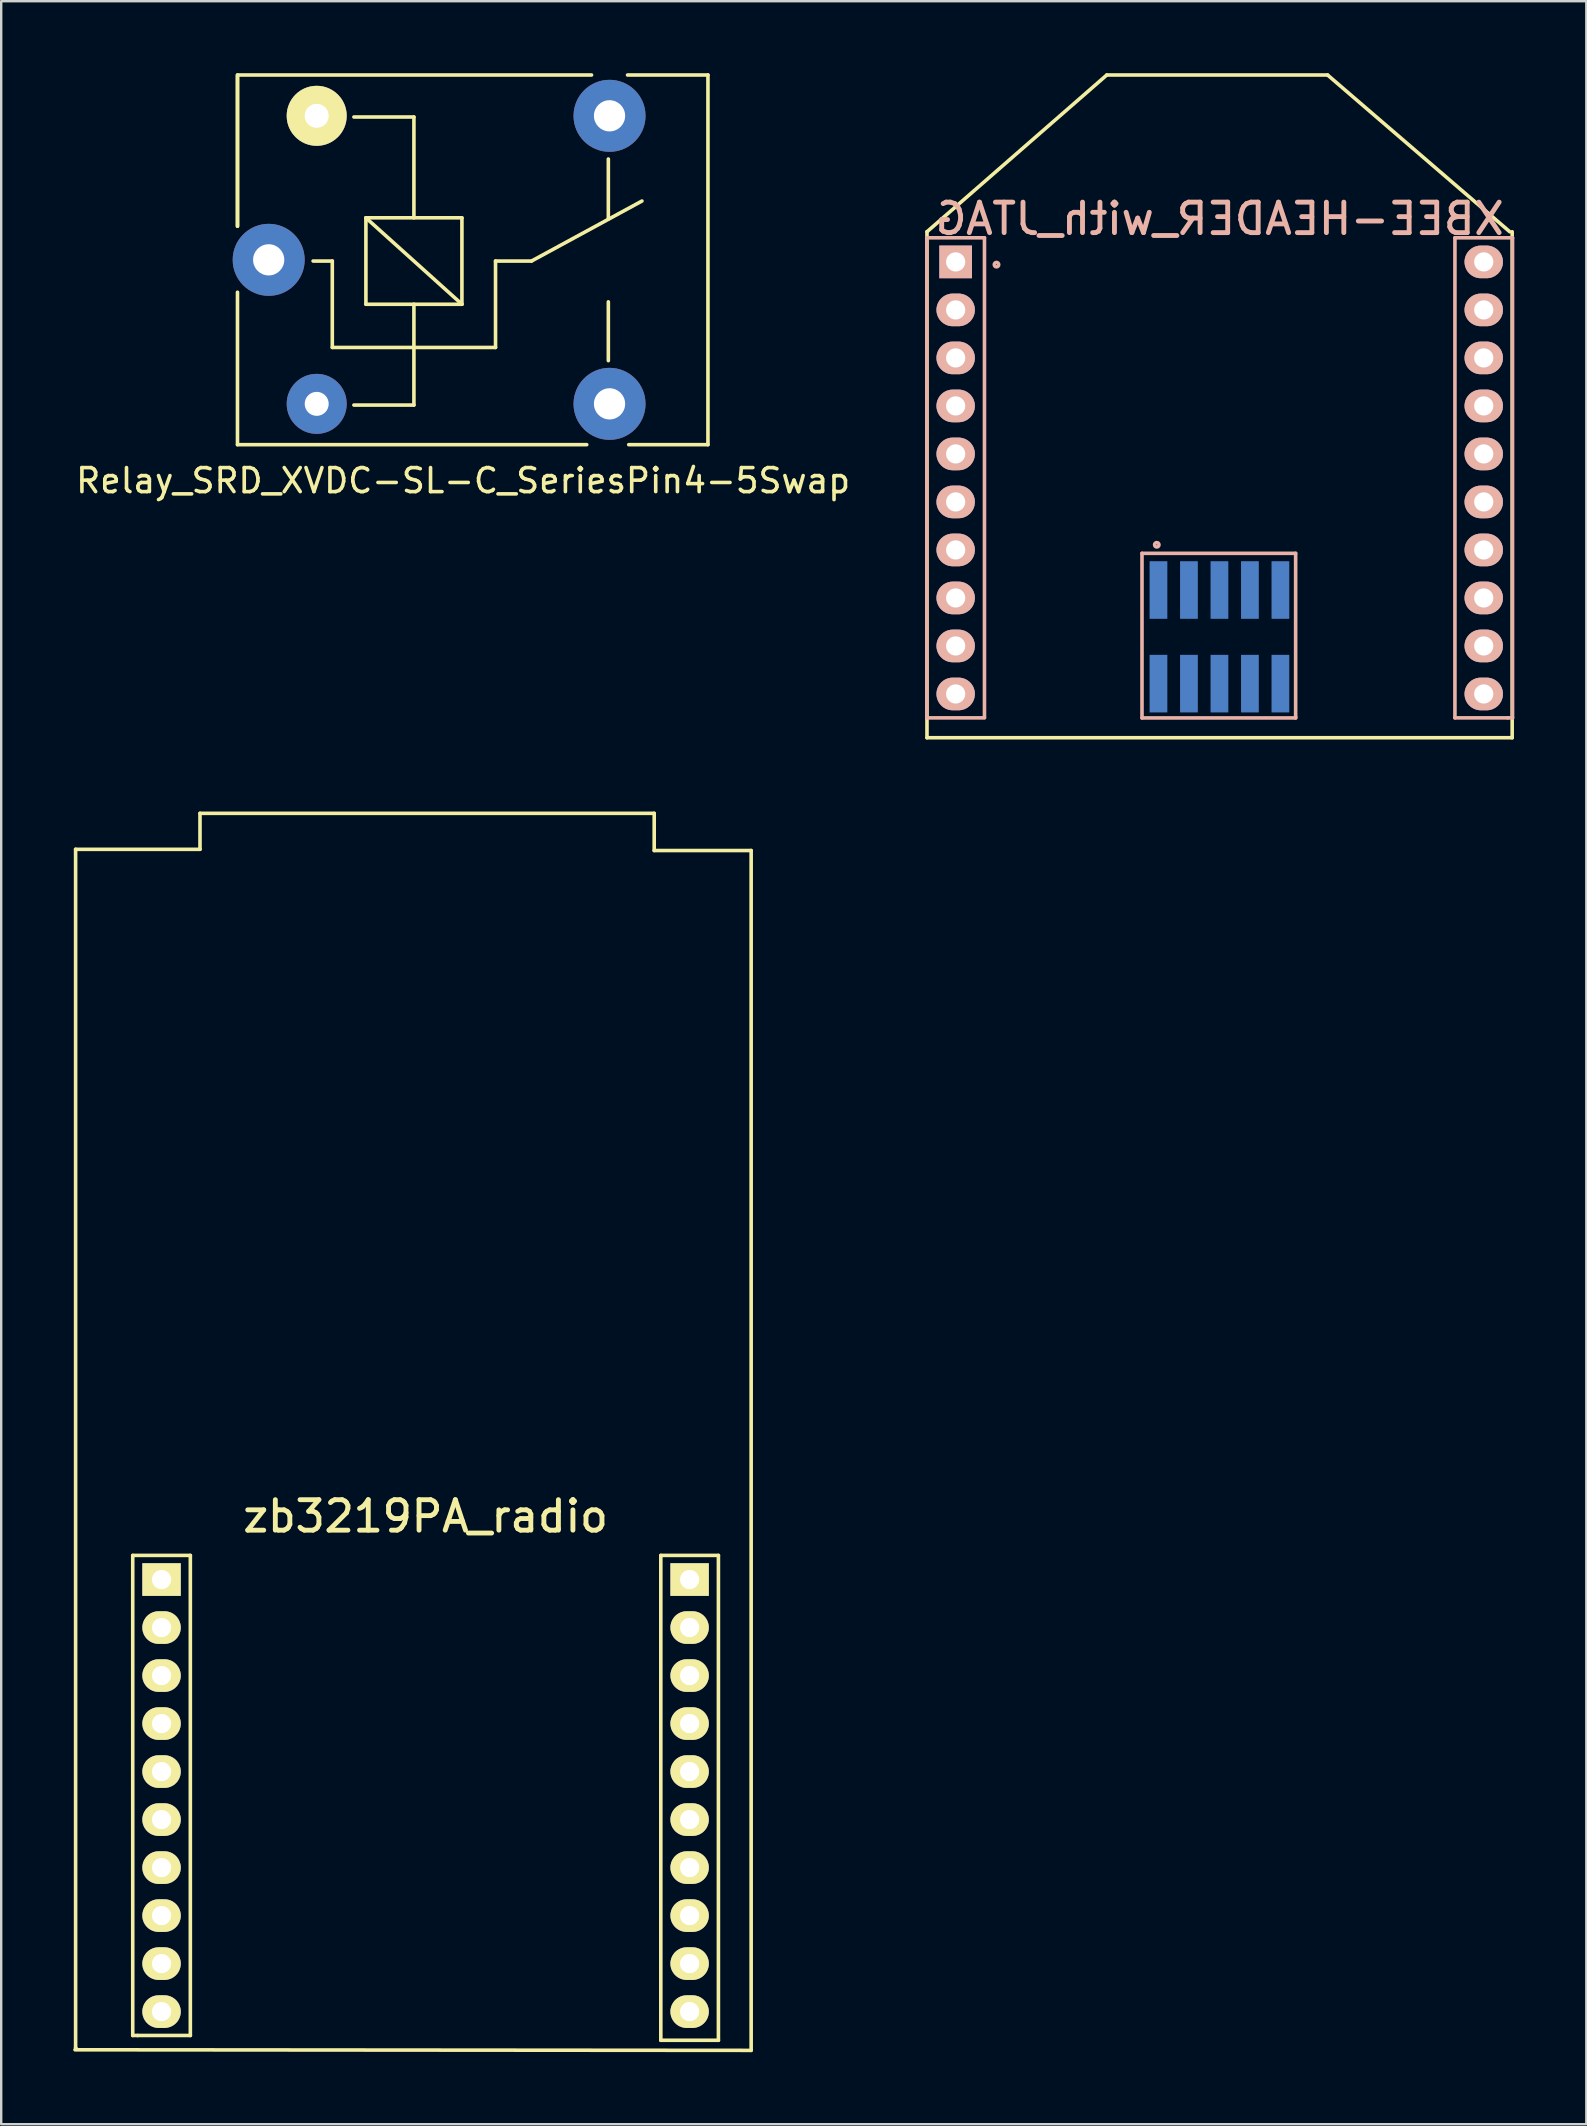
<source format=kicad_pcb>
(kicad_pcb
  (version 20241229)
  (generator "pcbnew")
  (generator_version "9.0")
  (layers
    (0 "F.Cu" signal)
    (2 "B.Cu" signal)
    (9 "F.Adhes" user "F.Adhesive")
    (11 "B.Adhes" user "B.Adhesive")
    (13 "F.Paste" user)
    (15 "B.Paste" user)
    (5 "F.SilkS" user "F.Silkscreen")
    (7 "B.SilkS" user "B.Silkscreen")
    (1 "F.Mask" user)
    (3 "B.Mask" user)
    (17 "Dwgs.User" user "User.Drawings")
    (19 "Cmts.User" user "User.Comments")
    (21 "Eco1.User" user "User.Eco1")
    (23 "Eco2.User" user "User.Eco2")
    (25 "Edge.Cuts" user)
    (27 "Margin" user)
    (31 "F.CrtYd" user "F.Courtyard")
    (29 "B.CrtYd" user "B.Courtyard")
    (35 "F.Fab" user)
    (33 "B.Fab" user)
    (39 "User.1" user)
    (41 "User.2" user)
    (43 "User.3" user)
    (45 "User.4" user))
  (footprint "zb3219PA_radio"
    (layer "F.Cu")
    (at 14.68 71.551)
    (property "Reference" "zb3219PA_radio" (at 0 -11.43 0) (layer "F.SilkS") (effects (font (size 1.27 1.27) (thickness 0.203))))
    (attr through_hole)
    (fp_line (start -14.605 10.795) (end 13.564 10.82) (stroke (width 0.15) (type solid)) (layer "F.SilkS"))
    (fp_line (start -14.58 -39.218) (end -14.58 10.719) (stroke (width 0.15) (type solid)) (layer "F.SilkS"))
    (fp_line (start -14.58 10.719) (end -14.529 10.77) (stroke (width 0.15) (type solid)) (layer "F.SilkS"))
    (fp_line (start -12.2 -9.8) (end -9.8 -9.8) (stroke (width 0.15) (type solid)) (layer "F.SilkS"))
    (fp_line (start -12.2 10.2) (end -12.2 -9.8) (stroke (width 0.15) (type solid)) (layer "F.SilkS"))
    (fp_line (start -12 10.2) (end -12.2 10.2) (stroke (width 0.15) (type solid)) (layer "F.SilkS"))
    (fp_line (start -9.8 -9.8) (end -9.8 10.2) (stroke (width 0.15) (type solid)) (layer "F.SilkS"))
    (fp_line (start -9.8 10.2) (end -12 10.2) (stroke (width 0.15) (type solid)) (layer "F.SilkS"))
    (fp_line (start -9.398 -40.716) (end -9.398 -39.218) (stroke (width 0.15) (type solid)) (layer "F.SilkS"))
    (fp_line (start -9.398 -39.218) (end -14.58 -39.218) (stroke (width 0.15) (type solid)) (layer "F.SilkS"))
    (fp_line (start 9.525 -40.716) (end -9.398 -40.716) (stroke (width 0.15) (type solid)) (layer "F.SilkS"))
    (fp_line (start 9.525 -39.167) (end 9.525 -40.716) (stroke (width 0.15) (type solid)) (layer "F.SilkS"))
    (fp_line (start 9.8 -9.8) (end 9.8 10.4) (stroke (width 0.15) (type solid)) (layer "F.SilkS"))
    (fp_line (start 9.8 -9.8) (end 12.2 -9.8) (stroke (width 0.15) (type solid)) (layer "F.SilkS"))
    (fp_line (start 12.2 10.4) (end 9.8 10.4) (stroke (width 0.15) (type solid)) (layer "F.SilkS"))
    (fp_line (start 12.2 10.4) (end 12.2 -9.8) (stroke (width 0.15) (type solid)) (layer "F.SilkS"))
    (fp_line (start 13.564 -39.167) (end 9.525 -39.167) (stroke (width 0.15) (type solid)) (layer "F.SilkS"))
    (fp_line (start 13.564 10.82) (end 13.564 -39.167) (stroke (width 0.15) (type solid)) (layer "F.SilkS"))
    (fp_line (start -10.881 -6.81) (end -11.12 -6.81) (stroke (width 0.1) (type solid)) (layer "Dwgs.User"))
    (fp_line (start -10.881 -4.808) (end -11.12 -4.808) (stroke (width 0.1) (type solid)) (layer "Dwgs.User"))
    (fp_line (start -10.881 -2.809) (end -11.12 -2.809) (stroke (width 0.1) (type solid)) (layer "Dwgs.User"))
    (fp_line (start -10.881 -0.808) (end -11.12 -0.808) (stroke (width 0.1) (type solid)) (layer "Dwgs.User"))
    (fp_line (start -10.881 1.191) (end -11.12 1.191) (stroke (width 0.1) (type solid)) (layer "Dwgs.User"))
    (fp_line (start -10.881 3.19) (end -11.12 3.19) (stroke (width 0.1) (type solid)) (layer "Dwgs.User"))
    (fp_line (start -10.881 5.192) (end -11.12 5.192) (stroke (width 0.1) (type solid)) (layer "Dwgs.User"))
    (fp_line (start -10.881 7.191) (end -11.12 7.191) (stroke (width 0.1) (type solid)) (layer "Dwgs.User"))
    (fp_line (start -10.881 9.192) (end -11.12 9.192) (stroke (width 0.1) (type solid)) (layer "Dwgs.User"))
    (fp_line (start 11.12 -6.81) (end 10.879 -6.81) (stroke (width 0.1) (type solid)) (layer "Dwgs.User"))
    (fp_line (start 11.12 -4.808) (end 10.879 -4.808) (stroke (width 0.1) (type solid)) (layer "Dwgs.User"))
    (fp_line (start 11.12 -2.809) (end 10.879 -2.809) (stroke (width 0.1) (type solid)) (layer "Dwgs.User"))
    (fp_line (start 11.12 -0.808) (end 10.879 -0.808) (stroke (width 0.1) (type solid)) (layer "Dwgs.User"))
    (fp_line (start 11.12 1.191) (end 10.879 1.191) (stroke (width 0.1) (type solid)) (layer "Dwgs.User"))
    (fp_line (start 11.12 3.19) (end 10.879 3.19) (stroke (width 0.1) (type solid)) (layer "Dwgs.User"))
    (fp_line (start 11.12 5.192) (end 10.879 5.192) (stroke (width 0.1) (type solid)) (layer "Dwgs.User"))
    (fp_line (start 11.12 7.191) (end 10.879 7.191) (stroke (width 0.1) (type solid)) (layer "Dwgs.User"))
    (fp_line (start 11.12 9.192) (end 10.879 9.192) (stroke (width 0.1) (type solid)) (layer "Dwgs.User"))
    (pad "1" thru_hole rect (at -11 -8.795 270) (size 1.36 1.6) (drill 0.8) (layers "*.Cu" "*.Mask" "F.SilkS"))
    (pad "2" thru_hole oval (at -11 -6.795 270) (size 1.36 1.6) (drill 0.8) (layers "*.Cu" "*.Mask" "F.SilkS"))
    (pad "3" thru_hole oval (at -11 -4.795 270) (size 1.36 1.6) (drill 0.8) (layers "*.Cu" "*.Mask" "F.SilkS"))
    (pad "4" thru_hole oval (at -11 -2.795 270) (size 1.36 1.6) (drill 0.8) (layers "*.Cu" "*.Mask" "F.SilkS"))
    (pad "5" thru_hole oval (at -11 -0.795 270) (size 1.36 1.6) (drill 0.8) (layers "*.Cu" "*.Mask" "F.SilkS"))
    (pad "6" thru_hole oval (at -11 1.205 270) (size 1.36 1.6) (drill 0.8) (layers "*.Cu" "*.Mask" "F.SilkS"))
    (pad "7" thru_hole oval (at -11 3.205 270) (size 1.36 1.6) (drill 0.8) (layers "*.Cu" "*.Mask" "F.SilkS"))
    (pad "8" thru_hole oval (at -11 5.205 270) (size 1.36 1.6) (drill 0.8) (layers "*.Cu" "*.Mask" "F.SilkS"))
    (pad "9" thru_hole oval (at -11 7.205 270) (size 1.36 1.6) (drill 0.8) (layers "*.Cu" "*.Mask" "F.SilkS"))
    (pad "10" thru_hole oval (at -11 9.205 270) (size 1.36 1.6) (drill 0.8) (layers "*.Cu" "*.Mask" "F.SilkS"))
    (pad "11" thru_hole oval (at 11 9.205 270) (size 1.36 1.6) (drill 0.8) (layers "*.Cu" "*.Mask" "F.SilkS"))
    (pad "12" thru_hole oval (at 11 7.205 270) (size 1.36 1.6) (drill 0.8) (layers "*.Cu" "*.Mask" "F.SilkS"))
    (pad "13" thru_hole oval (at 11 5.205 270) (size 1.36 1.6) (drill 0.8) (layers "*.Cu" "*.Mask" "F.SilkS"))
    (pad "14" thru_hole oval (at 11 3.205 270) (size 1.36 1.6) (drill 0.8) (layers "*.Cu" "*.Mask" "F.SilkS"))
    (pad "15" thru_hole oval (at 11 1.205 270) (size 1.36 1.6) (drill 0.8) (layers "*.Cu" "*.Mask" "F.SilkS"))
    (pad "16" thru_hole oval (at 11 -0.795 270) (size 1.36 1.6) (drill 0.8) (layers "*.Cu" "*.Mask" "F.SilkS"))
    (pad "17" thru_hole oval (at 11 -2.795 270) (size 1.36 1.6) (drill 0.8) (layers "*.Cu" "*.Mask" "F.SilkS"))
    (pad "18" thru_hole oval (at 11 -4.795 270) (size 1.36 1.6) (drill 0.8) (layers "*.Cu" "*.Mask" "F.SilkS"))
    (pad "19" thru_hole oval (at 11 -6.795 270) (size 1.36 1.6) (drill 0.8) (layers "*.Cu" "*.Mask" "F.SilkS"))
    (pad "20" thru_hole rect (at 11 -8.795 270) (size 1.36 1.6) (drill 0.8) (layers "*.Cu" "*.Mask" "F.SilkS")))
  (footprint "Relay_SRD_XVDC-SL-C_SeriesPin4-5Swap"
    (layer "F.Cu")
    (at 8.144 7.775)
    (property "Reference" "Relay_SRD_XVDC-SL-C_SeriesPin4-5Swap" (at 8.1 9.2 0) (layer "F.SilkS") (effects (font (size 1 1) (thickness 0.15))))
    (attr through_hole)
    (fp_line (start -1.3 -7.7) (end 13.45 -7.7) (stroke (width 0.15) (type solid)) (layer "F.SilkS"))
    (fp_line (start -1.3 -7.65) (end -1.3 -1.4) (stroke (width 0.15) (type solid)) (layer "F.SilkS"))
    (fp_line (start -1.3 -1.4) (end -1.3 -7.7) (stroke (width 0.15) (type solid)) (layer "F.SilkS"))
    (fp_line (start -1.3 1.35) (end -1.3 7.7) (stroke (width 0.15) (type solid)) (layer "F.SilkS"))
    (fp_line (start -1.3 7.7) (end 13.25 7.7) (stroke (width 0.15) (type solid)) (layer "F.SilkS"))
    (fp_line (start 2.65 0.05) (end 1.85 0.05) (stroke (width 0.15) (type solid)) (layer "F.SilkS"))
    (fp_line (start 2.65 0.05) (end 2.65 3.65) (stroke (width 0.15) (type solid)) (layer "F.SilkS"))
    (fp_line (start 3.55 6.05) (end 6.05 6.05) (stroke (width 0.15) (type solid)) (layer "F.SilkS"))
    (fp_line (start 4.05 -1.75) (end 8.05 -1.75) (stroke (width 0.15) (type solid)) (layer "F.SilkS"))
    (fp_line (start 4.05 1.85) (end 4.05 -1.75) (stroke (width 0.15) (type solid)) (layer "F.SilkS"))
    (fp_line (start 6.05 -5.95) (end 3.55 -5.95) (stroke (width 0.15) (type solid)) (layer "F.SilkS"))
    (fp_line (start 6.05 -5.95) (end 6.05 -1.75) (stroke (width 0.15) (type solid)) (layer "F.SilkS"))
    (fp_line (start 6.05 1.85) (end 6.05 6.05) (stroke (width 0.15) (type solid)) (layer "F.SilkS"))
    (fp_line (start 8.05 -1.75) (end 8.05 1.85) (stroke (width 0.15) (type solid)) (layer "F.SilkS"))
    (fp_line (start 8.05 1.85) (end 4.05 -1.75) (stroke (width 0.15) (type solid)) (layer "F.SilkS"))
    (fp_line (start 8.05 1.85) (end 4.05 1.85) (stroke (width 0.15) (type solid)) (layer "F.SilkS"))
    (fp_line (start 9.45 0.05) (end 9.45 3.65) (stroke (width 0.15) (type solid)) (layer "F.SilkS"))
    (fp_line (start 9.45 0.05) (end 10.95 0.05) (stroke (width 0.15) (type solid)) (layer "F.SilkS"))
    (fp_line (start 9.45 3.65) (end 2.65 3.65) (stroke (width 0.15) (type solid)) (layer "F.SilkS"))
    (fp_line (start 10.95 0.05) (end 15.55 -2.45) (stroke (width 0.15) (type solid)) (layer "F.SilkS"))
    (fp_line (start 14.15 -4.2) (end 14.15 -1.7) (stroke (width 0.15) (type solid)) (layer "F.SilkS"))
    (fp_line (start 14.15 4.2) (end 14.15 1.75) (stroke (width 0.15) (type solid)) (layer "F.SilkS"))
    (fp_line (start 15 7.7) (end 18.3 7.7) (stroke (width 0.15) (type solid)) (layer "F.SilkS"))
    (fp_line (start 18.3 -7.7) (end 14.95 -7.7) (stroke (width 0.15) (type solid)) (layer "F.SilkS"))
    (fp_line (start 18.3 7.7) (end 18.3 -7.7) (stroke (width 0.15) (type solid)) (layer "F.SilkS"))
    (pad "1" thru_hole circle (at 14.2 6 90) (size 3 3) (drill 1.3) (layers "*.Cu" "*.Mask"))
    (pad "2" thru_hole circle (at 0 0 90) (size 3 3) (drill 1.3) (layers "*.Cu" "*.Mask"))
    (pad "3" thru_hole circle (at 14.2 -6 90) (size 3 3) (drill 1.3) (layers "*.Cu" "*.Mask"))
    (pad "4" thru_hole circle (at 2 6 90) (size 2.5 2.5) (drill 1) (layers "*.Cu" "*.Mask"))
    (pad "5" thru_hole circle (at 2 -6 90) (size 2.5 2.5) (drill 1) (layers "*.Cu" "*.Mask" "F.SilkS")))
  (footprint "XBEE-HEADER_with_JTAG"
    (layer "F.Cu")
    (at 47.759 13.88)
    (property "Reference" "XBEE-HEADER_with_JTAG" (at 0.005 -7.816 180) (layer "B.SilkS") (effects (font (size 1.27 1.27) (thickness 0.203)) (justify mirror)))
    (attr exclude_from_pos_files exclude_from_bom)
    (fp_line (start -12.19 -7.275) (end -12.19 13.805) (stroke (width 0.15) (type solid)) (layer "F.SilkS"))
    (fp_line (start -12.19 13.805) (end 12.19 13.805) (stroke (width 0.15) (type solid)) (layer "F.SilkS"))
    (fp_line (start -4.7 -13.805) (end -12.19 -7.275) (stroke (width 0.15) (type solid)) (layer "F.SilkS"))
    (fp_line (start 4.5 -13.805) (end -4.7 -13.805) (stroke (width 0.15) (type solid)) (layer "F.SilkS"))
    (fp_line (start 12.09 -7.275) (end 4.5 -13.805) (stroke (width 0.15) (type solid)) (layer "F.SilkS"))
    (fp_line (start 12.19 13.805) (end 12.19 -7.275) (stroke (width 0.15) (type solid)) (layer "F.SilkS"))
    (fp_line (start -12.195 12.961) (end -12.195 -7.024) (stroke (width 0.15) (type solid)) (layer "B.SilkS"))
    (fp_line (start -12.195 12.976) (end -9.795 12.976) (stroke (width 0.15) (type solid)) (layer "B.SilkS"))
    (fp_line (start -9.795 -7.024) (end -12.195 -7.024) (stroke (width 0.15) (type solid)) (layer "B.SilkS"))
    (fp_line (start -9.795 -7.024) (end -9.795 12.961) (stroke (width 0.15) (type solid)) (layer "B.SilkS"))
    (fp_line (start -3.232 6.123) (end 3.169 6.123) (stroke (width 0.15) (type solid)) (layer "B.SilkS"))
    (fp_line (start -3.232 12.981) (end -3.232 6.123) (stroke (width 0.15) (type solid)) (layer "B.SilkS"))
    (fp_line (start 3.169 6.123) (end 3.169 12.981) (stroke (width 0.15) (type solid)) (layer "B.SilkS"))
    (fp_line (start 3.169 12.93) (end 3.169 12.93) (stroke (width 0.15) (type solid)) (layer "B.SilkS"))
    (fp_line (start 3.17 12.981) (end -3.232 12.981) (stroke (width 0.15) (type solid)) (layer "B.SilkS"))
    (fp_line (start 9.805 -7.024) (end 9.805 12.976) (stroke (width 0.15) (type solid)) (layer "B.SilkS"))
    (fp_line (start 9.805 12.976) (end 12.005 12.976) (stroke (width 0.15) (type solid)) (layer "B.SilkS"))
    (fp_line (start 12.005 12.976) (end 12.205 12.976) (stroke (width 0.15) (type solid)) (layer "B.SilkS"))
    (fp_line (start 12.205 -7.024) (end 9.805 -7.024) (stroke (width 0.15) (type solid)) (layer "B.SilkS"))
    (fp_line (start 12.205 12.976) (end 12.205 -7.024) (stroke (width 0.15) (type solid)) (layer "B.SilkS"))
    (fp_circle (center -9.294 -5.905) (end -9.371 -5.956) (stroke (width 0.15) (type solid)) (fill no) (layer "B.SilkS"))
    (fp_circle (center -2.616 5.766) (end -2.692 5.715) (stroke (width 0.15) (type solid)) (fill no) (layer "B.SilkS"))
    (pad "1" thru_hole rect (at -10.995 -6.019 270) (size 1.36 1.36) (drill 0.8) (layers "*.Cu" "*.Mask" "B.SilkS"))
    (pad "2" thru_hole oval (at -10.995 -4.019 270) (size 1.36 1.6) (drill 0.8) (layers "*.Cu" "*.Mask" "B.SilkS"))
    (pad "3" thru_hole oval (at -10.995 -2.019 270) (size 1.36 1.6) (drill 0.8) (layers "*.Cu" "*.Mask" "B.SilkS"))
    (pad "4" thru_hole oval (at -10.995 -0.019 270) (size 1.36 1.6) (drill 0.8) (layers "*.Cu" "*.Mask" "B.SilkS"))
    (pad "5" thru_hole oval (at -10.995 1.981 270) (size 1.36 1.6) (drill 0.8) (layers "*.Cu" "*.Mask" "B.SilkS"))
    (pad "6" thru_hole oval (at -10.995 3.981 270) (size 1.36 1.6) (drill 0.8) (layers "*.Cu" "*.Mask" "B.SilkS"))
    (pad "7" thru_hole oval (at -10.995 5.981 270) (size 1.36 1.6) (drill 0.8) (layers "*.Cu" "*.Mask" "B.SilkS"))
    (pad "8" thru_hole oval (at -10.995 7.981 270) (size 1.36 1.6) (drill 0.8) (layers "*.Cu" "*.Mask" "B.SilkS"))
    (pad "9" thru_hole oval (at -10.995 9.981 270) (size 1.36 1.6) (drill 0.8) (layers "*.Cu" "*.Mask" "B.SilkS"))
    (pad "10" thru_hole oval (at -10.995 11.981 270) (size 1.36 1.6) (drill 0.8) (layers "*.Cu" "*.Mask" "B.SilkS"))
    (pad "11" thru_hole oval (at 11.005 11.981 270) (size 1.36 1.6) (drill 0.8) (layers "*.Cu" "*.Mask" "B.SilkS"))
    (pad "12" thru_hole oval (at 11.005 9.981 270) (size 1.36 1.6) (drill 0.8) (layers "*.Cu" "*.Mask" "B.SilkS"))
    (pad "13" thru_hole oval (at 11.005 7.981 270) (size 1.36 1.6) (drill 0.8) (layers "*.Cu" "*.Mask" "B.SilkS"))
    (pad "14" thru_hole oval (at 11.005 5.981 270) (size 1.36 1.6) (drill 0.8) (layers "*.Cu" "*.Mask" "B.SilkS"))
    (pad "15" thru_hole oval (at 11.005 3.981 270) (size 1.36 1.6) (drill 0.8) (layers "*.Cu" "*.Mask" "B.SilkS"))
    (pad "16" thru_hole oval (at 11.005 1.981 270) (size 1.36 1.6) (drill 0.8) (layers "*.Cu" "*.Mask" "B.SilkS"))
    (pad "17" thru_hole oval (at 11.005 -0.019 270) (size 1.36 1.6) (drill 0.8) (layers "*.Cu" "*.Mask" "B.SilkS"))
    (pad "18" thru_hole oval (at 11.005 -2.019 270) (size 1.36 1.6) (drill 0.8) (layers "*.Cu" "*.Mask" "B.SilkS"))
    (pad "19" thru_hole oval (at 11.005 -4.019 270) (size 1.36 1.6) (drill 0.8) (layers "*.Cu" "*.Mask" "B.SilkS"))
    (pad "20" thru_hole oval (at 11.005 -6.019 270) (size 1.36 1.6) (drill 0.8) (layers "*.Cu" "*.Mask" "B.SilkS"))
    (pad "J1" smd rect (at -2.546 7.651) (size 0.74 2.4) (layers "B.Cu" "B.Mask" "B.Paste"))
    (pad "J2" smd rect (at -2.546 11.551) (size 0.74 2.4) (layers "B.Cu" "B.Mask" "B.Paste"))
    (pad "J3" smd rect (at -1.276 7.651) (size 0.74 2.4) (layers "B.Cu" "B.Mask" "B.Paste"))
    (pad "J4" smd rect (at -1.276 11.551) (size 0.74 2.4) (layers "B.Cu" "B.Mask" "B.Paste"))
    (pad "J5" smd rect (at -0.006 7.651) (size 0.74 2.4) (layers "B.Cu" "B.Mask" "B.Paste"))
    (pad "J6" smd rect (at -0.006 11.551) (size 0.74 2.4) (layers "B.Cu" "B.Mask" "B.Paste"))
    (pad "J7" smd rect (at 1.264 7.651) (size 0.74 2.4) (layers "B.Cu" "B.Mask" "B.Paste"))
    (pad "J8" smd rect (at 1.264 11.551) (size 0.74 2.4) (layers "B.Cu" "B.Mask" "B.Paste"))
    (pad "J9" smd rect (at 2.534 7.651) (size 0.74 2.4) (layers "B.Cu" "B.Mask" "B.Paste"))
    (pad "J10" smd rect (at 2.534 11.551) (size 0.74 2.4) (layers "B.Cu" "B.Mask" "B.Paste")))
  (gr_rect
    (start -3 -3)
    (end 63.038 85.447)
    (stroke (width 0.1) (type default))
    (fill no)
    (layer "Edge.Cuts")))
</source>
